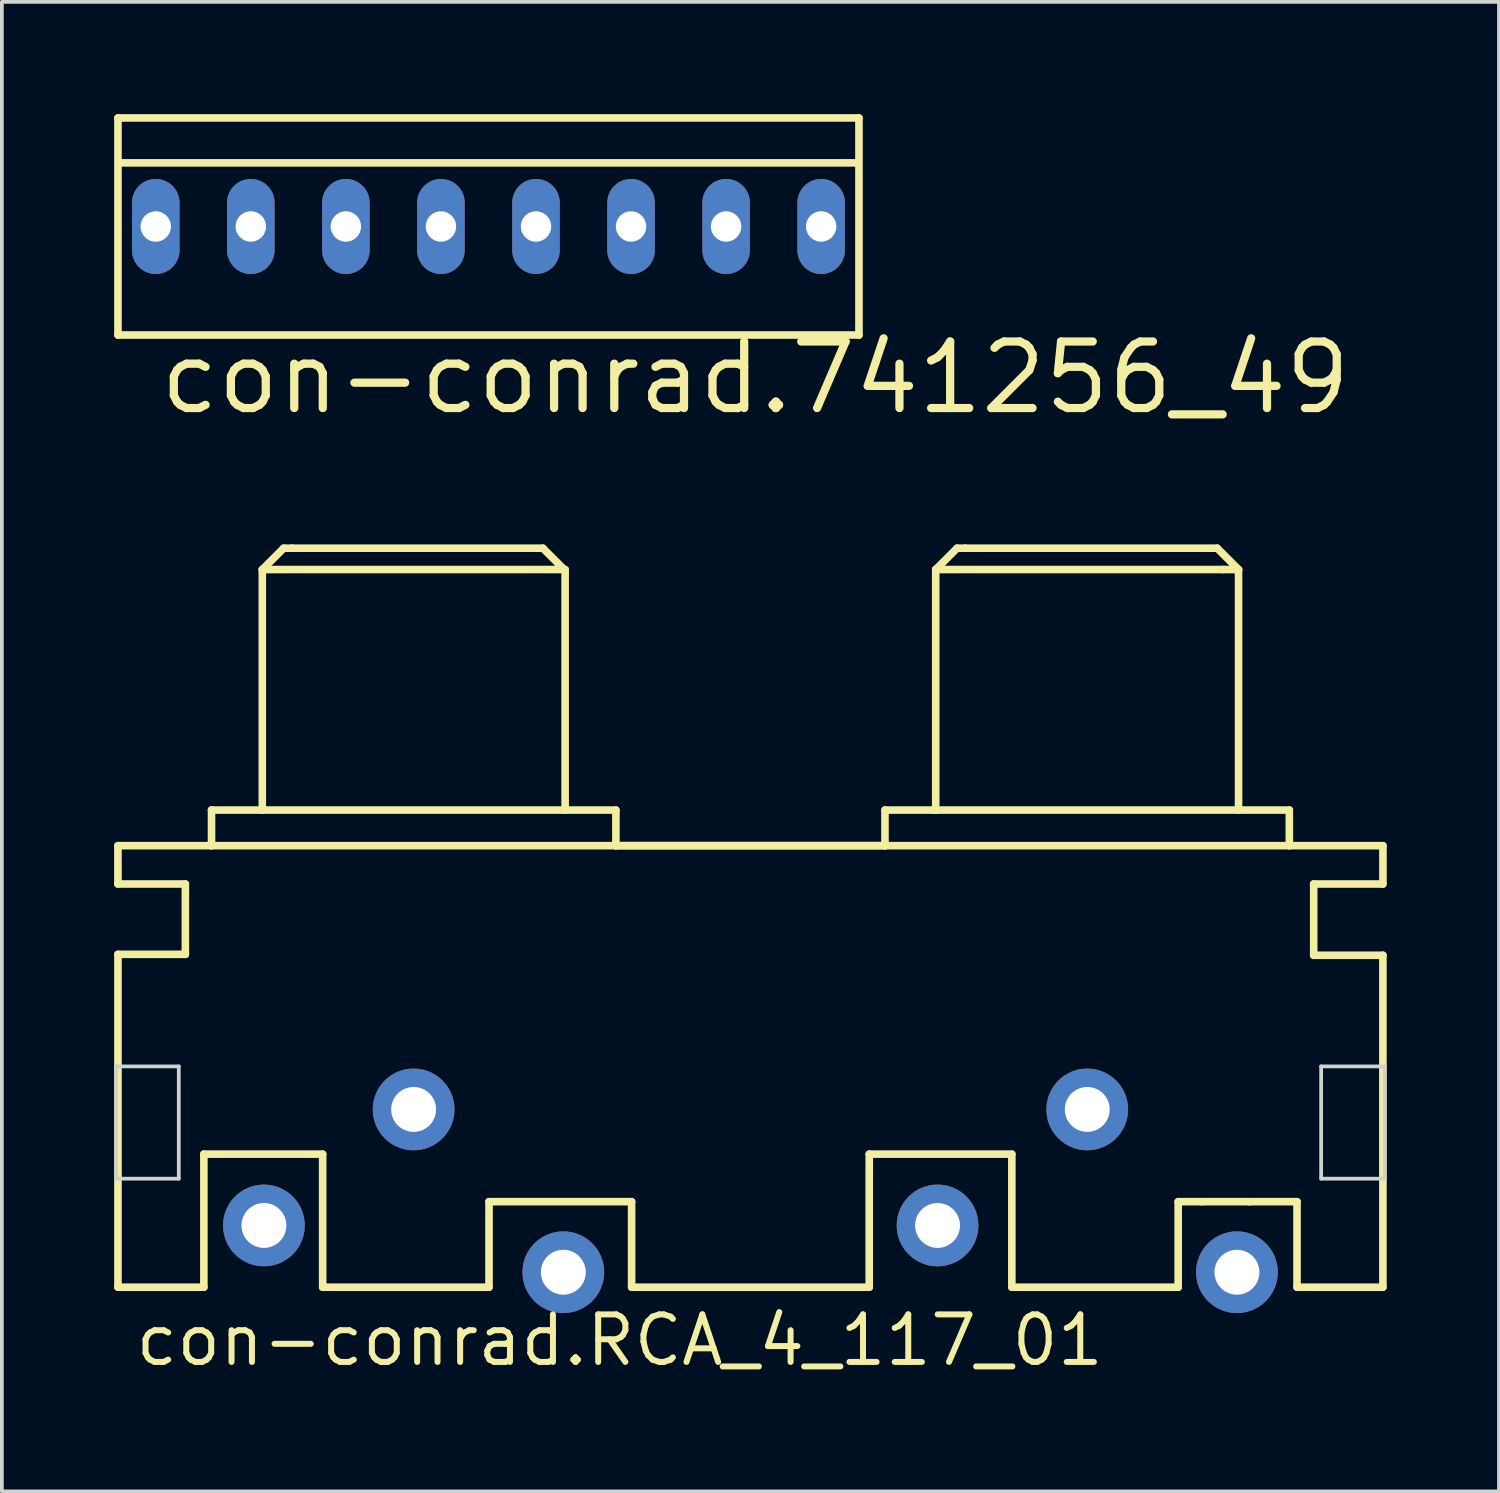
<source format=kicad_pcb>
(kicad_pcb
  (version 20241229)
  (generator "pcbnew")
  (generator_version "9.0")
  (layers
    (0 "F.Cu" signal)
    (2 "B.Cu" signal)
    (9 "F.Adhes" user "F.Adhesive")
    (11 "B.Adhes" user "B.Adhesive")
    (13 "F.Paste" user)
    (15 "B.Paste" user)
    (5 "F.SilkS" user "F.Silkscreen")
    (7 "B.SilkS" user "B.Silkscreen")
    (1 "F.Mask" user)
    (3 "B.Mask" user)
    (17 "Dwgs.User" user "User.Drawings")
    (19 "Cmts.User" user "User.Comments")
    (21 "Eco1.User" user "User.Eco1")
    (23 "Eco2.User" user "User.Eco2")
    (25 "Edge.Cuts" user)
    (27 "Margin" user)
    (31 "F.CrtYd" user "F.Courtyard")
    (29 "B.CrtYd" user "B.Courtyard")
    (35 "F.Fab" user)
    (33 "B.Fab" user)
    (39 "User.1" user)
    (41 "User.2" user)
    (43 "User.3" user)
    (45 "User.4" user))
  (footprint "con-conrad.741256_49"
    (layer "F.Cu")
    (at 10.002 3.002)
    (property "Reference" "con-conrad.741256_49" (at -8.89 5.08 0) (layer "F.SilkS") (effects (font (size 1.778 1.778) (thickness 0.22)) (justify left bottom)))
    (attr through_hole)
    (fp_line (start -9.9 -2.9) (end 9.9 -2.9) (stroke (width 0.203) (type default)) (layer "F.SilkS"))
    (fp_line (start -9.9 2.9) (end -9.9 -2.9) (stroke (width 0.203) (type default)) (layer "F.SilkS"))
    (fp_line (start -9.8 -1.7) (end 9.8 -1.7) (stroke (width 0.203) (type default)) (layer "F.SilkS"))
    (fp_line (start 9.9 -2.9) (end 9.9 2.9) (stroke (width 0.203) (type default)) (layer "F.SilkS"))
    (fp_line (start 9.9 2.9) (end -9.9 2.9) (stroke (width 0.203) (type default)) (layer "F.SilkS"))
    (pad "1" thru_hole oval (at -8.89 0 90) (size 2.54 1.27) (drill 0.813) (layers "*.Cu" "*.Mask"))
    (pad "2" thru_hole oval (at -6.35 0 90) (size 2.54 1.27) (drill 0.813) (layers "*.Cu" "*.Mask"))
    (pad "3" thru_hole oval (at -3.81 0 90) (size 2.54 1.27) (drill 0.813) (layers "*.Cu" "*.Mask"))
    (pad "4" thru_hole oval (at -1.27 0 90) (size 2.54 1.27) (drill 0.813) (layers "*.Cu" "*.Mask"))
    (pad "5" thru_hole oval (at 1.27 0 90) (size 2.54 1.27) (drill 0.813) (layers "*.Cu" "*.Mask"))
    (pad "6" thru_hole oval (at 3.81 0 90) (size 2.54 1.27) (drill 0.813) (layers "*.Cu" "*.Mask"))
    (pad "7" thru_hole oval (at 6.35 0 90) (size 2.54 1.27) (drill 0.813) (layers "*.Cu" "*.Mask"))
    (pad "8" thru_hole oval (at 8.89 0 90) (size 2.54 1.27) (drill 0.813) (layers "*.Cu" "*.Mask")))
  (footprint "con-conrad.RCA_4_117_01"
    (layer "F.Cu")
    (at 17.002 29.695)
    (property "Reference" "con-conrad.RCA_4_117_01" (at -16.51 3.81 0) (layer "F.SilkS") (effects (font (size 1.27 1.27) (thickness 0.16)) (justify left bottom)))
    (attr through_hole)
    (fp_line (start -16.901 -10.148) (end -16.901 -9.124) (stroke (width 0.203) (type default)) (layer "F.SilkS"))
    (fp_line (start -16.901 -9.124) (end -15.099 -9.124) (stroke (width 0.203) (type default)) (layer "F.SilkS"))
    (fp_line (start -16.9 -7.244) (end -16.9 1.65) (stroke (width 0.203) (type default)) (layer "F.SilkS"))
    (fp_line (start -16.9 1.65) (end -14.605 1.65) (stroke (width 0.203) (type default)) (layer "F.SilkS"))
    (fp_line (start -15.099 -9.124) (end -15.099 -7.244) (stroke (width 0.203) (type default)) (layer "F.SilkS"))
    (fp_line (start -15.099 -7.244) (end -16.9 -7.244) (stroke (width 0.203) (type default)) (layer "F.SilkS"))
    (fp_line (start -14.605 -1.905) (end -11.43 -1.905) (stroke (width 0.203) (type default)) (layer "F.SilkS"))
    (fp_line (start -14.605 1.65) (end -14.605 -1.905) (stroke (width 0.203) (type default)) (layer "F.SilkS"))
    (fp_line (start -14.4 -11.1) (end -14.4 -10.148) (stroke (width 0.203) (type default)) (layer "F.SilkS"))
    (fp_line (start -14.4 -10.148) (end -16.901 -10.148) (stroke (width 0.203) (type default)) (layer "F.SilkS"))
    (fp_line (start -13.043 -17.526) (end -13.043 -11.1) (stroke (width 0.203) (type default)) (layer "F.SilkS"))
    (fp_line (start -13.043 -17.526) (end -12.472 -18.097) (stroke (width 0.203) (type default)) (layer "F.SilkS"))
    (fp_line (start -13.043 -11.1) (end -14.4 -11.1) (stroke (width 0.203) (type default)) (layer "F.SilkS"))
    (fp_line (start -12.472 -18.097) (end -12.258 -18.097) (stroke (width 0.203) (type default)) (layer "F.SilkS"))
    (fp_line (start -11.43 -1.905) (end -11.43 1.65) (stroke (width 0.203) (type default)) (layer "F.SilkS"))
    (fp_line (start -11.43 1.65) (end -6.985 1.65) (stroke (width 0.203) (type default)) (layer "F.SilkS"))
    (fp_line (start -6.985 -0.635) (end -3.175 -0.635) (stroke (width 0.203) (type default)) (layer "F.SilkS"))
    (fp_line (start -6.985 1.65) (end -6.985 -0.635) (stroke (width 0.203) (type default)) (layer "F.SilkS"))
    (fp_line (start -5.546 -18.097) (end -12.258 -18.097) (stroke (width 0.203) (type default)) (layer "F.SilkS"))
    (fp_line (start -4.975 -17.526) (end -5.546 -18.097) (stroke (width 0.203) (type default)) (layer "F.SilkS"))
    (fp_line (start -4.951 -17.526) (end -13.043 -17.526) (stroke (width 0.203) (type default)) (layer "F.SilkS"))
    (fp_line (start -4.951 -11.1) (end -13.043 -11.1) (stroke (width 0.203) (type default)) (layer "F.SilkS"))
    (fp_line (start -4.951 -11.1) (end -4.951 -17.526) (stroke (width 0.203) (type default)) (layer "F.SilkS"))
    (fp_line (start -3.595 -11.1) (end -4.951 -11.1) (stroke (width 0.203) (type default)) (layer "F.SilkS"))
    (fp_line (start -3.595 -10.148) (end -14.4 -10.148) (stroke (width 0.203) (type default)) (layer "F.SilkS"))
    (fp_line (start -3.595 -10.148) (end -3.595 -11.1) (stroke (width 0.203) (type default)) (layer "F.SilkS"))
    (fp_line (start -3.175 -0.635) (end -3.175 1.65) (stroke (width 0.203) (type default)) (layer "F.SilkS"))
    (fp_line (start -3.175 1.65) (end 3.175 1.65) (stroke (width 0.203) (type default)) (layer "F.SilkS"))
    (fp_line (start 3.175 -1.905) (end 6.985 -1.905) (stroke (width 0.203) (type default)) (layer "F.SilkS"))
    (fp_line (start 3.175 1.65) (end 3.175 -1.905) (stroke (width 0.203) (type default)) (layer "F.SilkS"))
    (fp_line (start 3.595 -11.1) (end 3.595 -10.148) (stroke (width 0.203) (type default)) (layer "F.SilkS"))
    (fp_line (start 3.595 -10.148) (end -3.595 -10.148) (stroke (width 0.203) (type default)) (layer "F.SilkS"))
    (fp_line (start 3.595 -10.148) (end -3.595 -10.148) (stroke (width 0.203) (type default)) (layer "F.SilkS"))
    (fp_line (start 4.927 -11.1) (end 3.595 -11.1) (stroke (width 0.203) (type default)) (layer "F.SilkS"))
    (fp_line (start 4.927 -11.1) (end 4.951 -11.1) (stroke (width 0.203) (type default)) (layer "F.SilkS"))
    (fp_line (start 4.951 -17.526) (end 4.951 -11.1) (stroke (width 0.203) (type default)) (layer "F.SilkS"))
    (fp_line (start 4.951 -17.526) (end 5.522 -18.097) (stroke (width 0.203) (type default)) (layer "F.SilkS"))
    (fp_line (start 4.951 -11.1) (end 4.927 -11.1) (stroke (width 0.203) (type default)) (layer "F.SilkS"))
    (fp_line (start 4.951 -11.1) (end 4.927 -11.1) (stroke (width 0.203) (type default)) (layer "F.SilkS"))
    (fp_line (start 5.522 -18.097) (end 5.737 -18.097) (stroke (width 0.203) (type default)) (layer "F.SilkS"))
    (fp_line (start 6.985 -1.905) (end 6.985 1.65) (stroke (width 0.203) (type default)) (layer "F.SilkS"))
    (fp_line (start 6.985 1.65) (end 11.43 1.65) (stroke (width 0.203) (type default)) (layer "F.SilkS"))
    (fp_line (start 11.43 -0.635) (end 12.065 -0.635) (stroke (width 0.203) (type default)) (layer "F.SilkS"))
    (fp_line (start 11.43 1.65) (end 11.43 -0.635) (stroke (width 0.203) (type default)) (layer "F.SilkS"))
    (fp_line (start 12.065 -0.635) (end 13.335 -0.635) (stroke (width 0.203) (type default)) (layer "F.SilkS"))
    (fp_line (start 12.472 -18.097) (end 5.737 -18.097) (stroke (width 0.203) (type default)) (layer "F.SilkS"))
    (fp_line (start 12.639 -17.526) (end 4.951 -17.526) (stroke (width 0.203) (type default)) (layer "F.SilkS"))
    (fp_line (start 13.043 -17.526) (end 12.472 -18.097) (stroke (width 0.203) (type default)) (layer "F.SilkS"))
    (fp_line (start 13.043 -17.526) (end 12.639 -17.526) (stroke (width 0.203) (type default)) (layer "F.SilkS"))
    (fp_line (start 13.043 -11.1) (end 4.951 -11.1) (stroke (width 0.203) (type default)) (layer "F.SilkS"))
    (fp_line (start 13.043 -11.1) (end 13.043 -17.526) (stroke (width 0.203) (type default)) (layer "F.SilkS"))
    (fp_line (start 13.335 -0.635) (end 14.605 -0.635) (stroke (width 0.203) (type default)) (layer "F.SilkS"))
    (fp_line (start 14.4 -11.1) (end 13.043 -11.1) (stroke (width 0.203) (type default)) (layer "F.SilkS"))
    (fp_line (start 14.4 -10.148) (end 3.595 -10.148) (stroke (width 0.203) (type default)) (layer "F.SilkS"))
    (fp_line (start 14.4 -10.148) (end 14.4 -11.1) (stroke (width 0.203) (type default)) (layer "F.SilkS"))
    (fp_line (start 14.605 -0.635) (end 14.605 1.65) (stroke (width 0.203) (type default)) (layer "F.SilkS"))
    (fp_line (start 14.605 1.65) (end 16.9 1.65) (stroke (width 0.203) (type default)) (layer "F.SilkS"))
    (fp_line (start 15.051 -9.124) (end 16.901 -9.124) (stroke (width 0.203) (type default)) (layer "F.SilkS"))
    (fp_line (start 15.051 -7.22) (end 15.051 -9.124) (stroke (width 0.203) (type default)) (layer "F.SilkS"))
    (fp_line (start 16.9 -7.22) (end 15.051 -7.22) (stroke (width 0.203) (type default)) (layer "F.SilkS"))
    (fp_line (start 16.9 1.65) (end 16.9 -7.22) (stroke (width 0.203) (type default)) (layer "F.SilkS"))
    (fp_line (start 16.901 -10.148) (end 14.4 -10.148) (stroke (width 0.203) (type default)) (layer "F.SilkS"))
    (fp_line (start 16.901 -9.124) (end 16.901 -10.148) (stroke (width 0.203) (type default)) (layer "F.SilkS"))
    (fp_line (start -16.95 -4.25) (end -15.275 -4.25) (stroke (width 0.1) (type default)) (layer "Edge.Cuts"))
    (fp_line (start -16.95 -1.25) (end -16.95 -4.25) (stroke (width 0.1) (type default)) (layer "Edge.Cuts"))
    (fp_line (start -15.275 -4.25) (end -15.275 -1.25) (stroke (width 0.1) (type default)) (layer "Edge.Cuts"))
    (fp_line (start -15.275 -1.25) (end -16.95 -1.25) (stroke (width 0.1) (type default)) (layer "Edge.Cuts"))
    (fp_line (start 15.25 -4.25) (end 15.25 -1.25) (stroke (width 0.1) (type default)) (layer "Edge.Cuts"))
    (fp_line (start 15.25 -1.25) (end 16.95 -1.25) (stroke (width 0.1) (type default)) (layer "Edge.Cuts"))
    (fp_line (start 16.95 -4.25) (end 15.25 -4.25) (stroke (width 0.1) (type default)) (layer "Edge.Cuts"))
    (fp_line (start 16.95 -1.25) (end 16.95 -4.25) (stroke (width 0.1) (type default)) (layer "Edge.Cuts"))
    (pad "1" thru_hole circle (at 9 -3.1 180) (size 2.184 2.184) (drill 1.2) (layers "*.Cu" "*.Mask"))
    (pad "2" thru_hole circle (at 5 0 180) (size 2.184 2.184) (drill 1.2) (layers "*.Cu" "*.Mask"))
    (pad "3" thru_hole circle (at 13 1.25 180) (size 2.184 2.184) (drill 1.2) (layers "*.Cu" "*.Mask"))
    (pad "4" thru_hole circle (at -9 -3.1 180) (size 2.184 2.184) (drill 1.2) (layers "*.Cu" "*.Mask"))
    (pad "5" thru_hole circle (at -13 0 180) (size 2.184 2.184) (drill 1.2) (layers "*.Cu" "*.Mask"))
    (pad "6" thru_hole circle (at -5 1.25 180) (size 2.184 2.184) (drill 1.2) (layers "*.Cu" "*.Mask")))
  (gr_rect
    (start -3 -3)
    (end 37.004 36.802)
    (stroke (width 0.1) (type default))
    (fill no)
    (layer "Edge.Cuts")))
</source>
